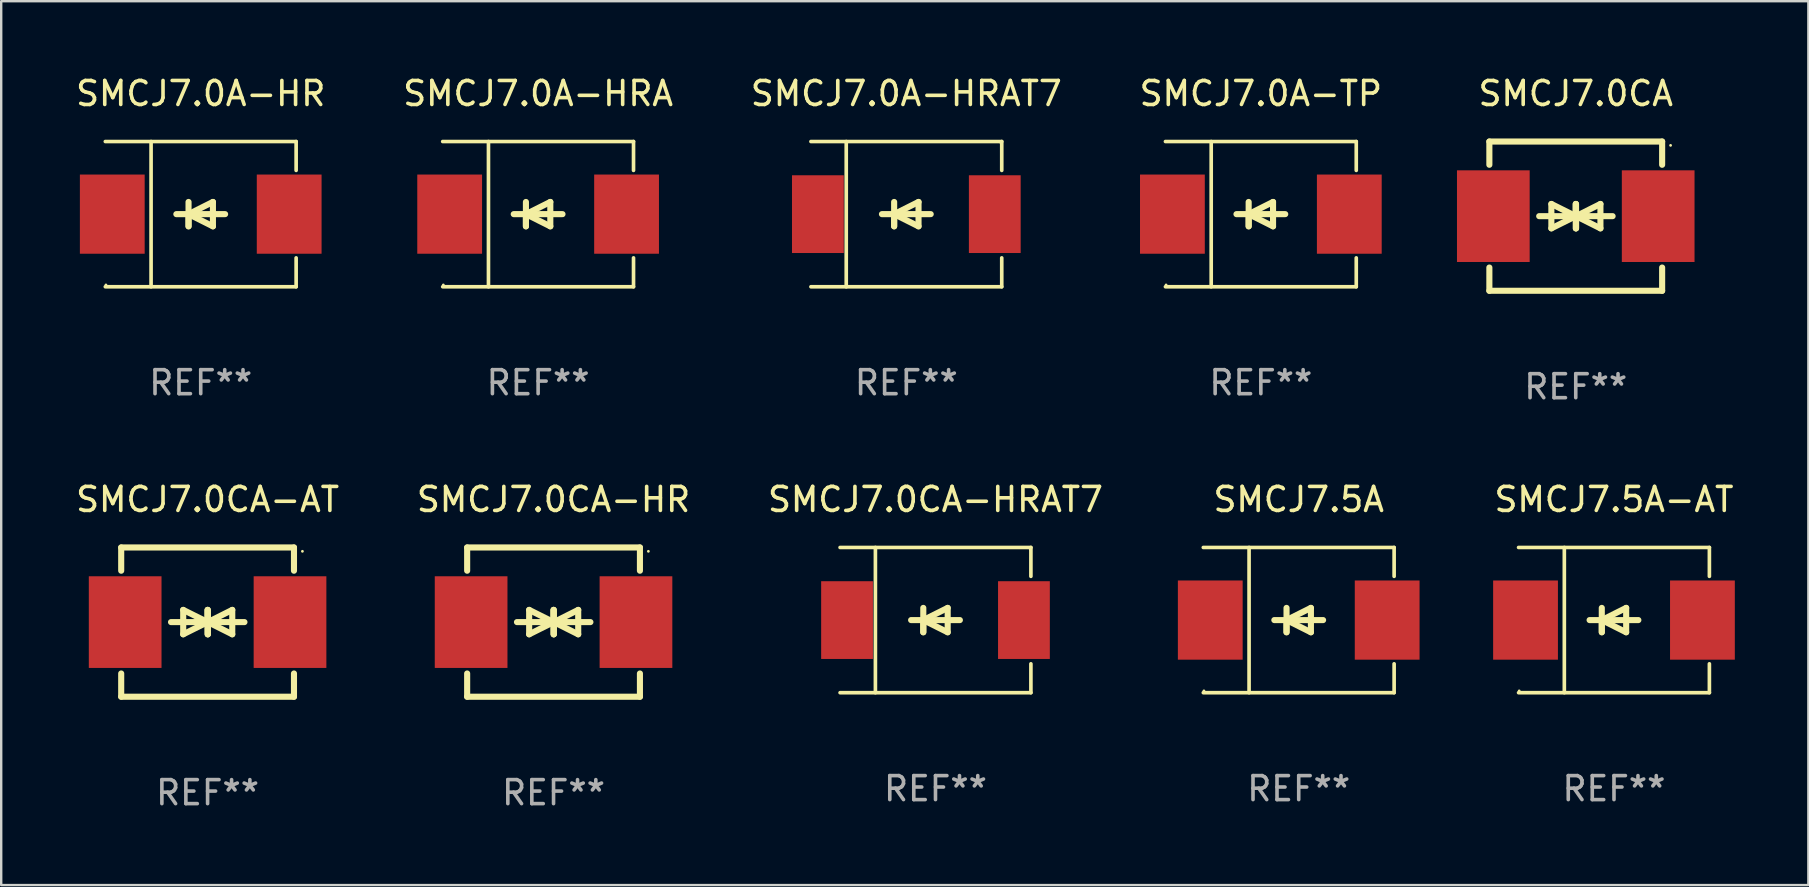
<source format=kicad_pcb>
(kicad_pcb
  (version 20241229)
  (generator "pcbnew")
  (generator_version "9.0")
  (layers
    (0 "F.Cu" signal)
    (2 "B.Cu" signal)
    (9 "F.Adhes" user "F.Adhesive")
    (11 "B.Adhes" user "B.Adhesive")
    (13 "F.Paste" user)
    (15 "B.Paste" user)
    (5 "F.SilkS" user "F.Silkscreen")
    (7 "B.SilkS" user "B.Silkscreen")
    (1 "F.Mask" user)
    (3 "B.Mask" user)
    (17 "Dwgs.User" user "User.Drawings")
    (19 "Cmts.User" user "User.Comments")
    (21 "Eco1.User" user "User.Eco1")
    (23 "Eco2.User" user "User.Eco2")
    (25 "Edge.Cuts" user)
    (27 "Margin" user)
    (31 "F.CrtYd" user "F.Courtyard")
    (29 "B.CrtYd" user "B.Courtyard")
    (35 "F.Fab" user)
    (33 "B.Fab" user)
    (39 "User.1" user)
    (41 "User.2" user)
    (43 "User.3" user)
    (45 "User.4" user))
  (footprint "SMCJ7.0CA-HRAT7"
    (layer "F.Cu")
    (at 35.935 22.791)
    (property "Reference" "SMCJ7.0CA-HRAT7" (at 0 -5.026 0) (layer "F.SilkS") (effects (font (size 1 1) (thickness 0.15))))
    (attr through_hole)
    (fp_line (start -3.976 -3.026) (end 3.976 -3.026) (stroke (width 0.152) (type solid)) (layer "F.SilkS"))
    (fp_line (start -3.976 3.026) (end 3.976 3.026) (stroke (width 0.152) (type solid)) (layer "F.SilkS"))
    (fp_line (start -2.504 -3.026) (end -2.504 3.026) (stroke (width 0.152) (type solid)) (layer "F.SilkS"))
    (fp_line (start -0.508 0) (end -0.508 0.508) (stroke (width 0.254) (type solid)) (layer "F.SilkS"))
    (fp_line (start -0.508 0) (end 0.508 0.508) (stroke (width 0.254) (type solid)) (layer "F.SilkS"))
    (fp_line (start -0.508 0.508) (end -0.508 -0.508) (stroke (width 0.254) (type solid)) (layer "F.SilkS"))
    (fp_line (start 0.508 -0.508) (end -0.508 0) (stroke (width 0.254) (type solid)) (layer "F.SilkS"))
    (fp_line (start 0.508 0.508) (end 0.508 -0.508) (stroke (width 0.254) (type solid)) (layer "F.SilkS"))
    (fp_line (start 1.016 0) (end -1.016 0) (stroke (width 0.254) (type solid)) (layer "F.SilkS"))
    (fp_line (start 3.976 -3.026) (end 3.976 -1.823) (stroke (width 0.152) (type solid)) (layer "F.SilkS"))
    (fp_line (start 3.976 3.026) (end 3.976 1.823) (stroke (width 0.152) (type solid)) (layer "F.SilkS"))
    (fp_circle (center 3.95 -2.95) (end 3.98 -2.95) (stroke (width 0.06) (type solid)) (fill no) (layer "F.SilkS"))
    (fp_text user "REF**" (at 0 7.026 0) (layer "F.Fab") (effects (font (size 1 1) (thickness 0.15))))
    (pad "1" smd rect (at 3.686 0 180) (size 2.158 3.24) (layers "F.Cu" "F.Mask" "F.Paste"))
    (pad "2" smd rect (at -3.686 0 180) (size 2.158 3.24) (layers "F.Cu" "F.Mask" "F.Paste")))
  (footprint "SMCJ7.0A-TP"
    (layer "F.Cu")
    (at 49.494 5.874)
    (property "Reference" "SMCJ7.0A-TP" (at 0 -5.026 0) (layer "F.SilkS") (effects (font (size 1 1) (thickness 0.15))))
    (attr through_hole)
    (fp_line (start -3.976 -3.026) (end 3.976 -3.026) (stroke (width 0.152) (type solid)) (layer "F.SilkS"))
    (fp_line (start -3.976 3.026) (end 3.976 3.026) (stroke (width 0.152) (type solid)) (layer "F.SilkS"))
    (fp_line (start -2.069 -3.026) (end -2.069 3.026) (stroke (width 0.152) (type solid)) (layer "F.SilkS"))
    (fp_line (start -0.508 0) (end -0.508 0.508) (stroke (width 0.254) (type solid)) (layer "F.SilkS"))
    (fp_line (start -0.508 0) (end 0.508 0.508) (stroke (width 0.254) (type solid)) (layer "F.SilkS"))
    (fp_line (start -0.508 0.508) (end -0.508 -0.508) (stroke (width 0.254) (type solid)) (layer "F.SilkS"))
    (fp_line (start 0.508 -0.508) (end -0.508 0) (stroke (width 0.254) (type solid)) (layer "F.SilkS"))
    (fp_line (start 0.508 0.508) (end 0.508 -0.508) (stroke (width 0.254) (type solid)) (layer "F.SilkS"))
    (fp_line (start 1.016 0) (end -1.016 0) (stroke (width 0.254) (type solid)) (layer "F.SilkS"))
    (fp_line (start 3.976 -3.026) (end 3.976 -1.823) (stroke (width 0.152) (type solid)) (layer "F.SilkS"))
    (fp_line (start 3.976 3.026) (end 3.976 1.823) (stroke (width 0.152) (type solid)) (layer "F.SilkS"))
    (fp_circle (center -3.95 2.95) (end -3.92 2.95) (stroke (width 0.06) (type solid)) (fill no) (layer "F.SilkS"))
    (fp_text user "REF**" (at 0 7.026 0) (layer "F.Fab") (effects (font (size 1 1) (thickness 0.15))))
    (pad "1" smd rect (at -3.686 0) (size 2.7 3.3) (layers "F.Cu" "F.Mask" "F.Paste"))
    (pad "2" smd rect (at 3.686 0) (size 2.7 3.3) (layers "F.Cu" "F.Mask" "F.Paste")))
  (footprint "SMCJ7.5A"
    (layer "F.Cu")
    (at 51.072 22.791)
    (property "Reference" "SMCJ7.5A" (at 0 -5.026 0) (layer "F.SilkS") (effects (font (size 1 1) (thickness 0.15))))
    (attr through_hole)
    (fp_line (start -3.976 -3.026) (end 3.976 -3.026) (stroke (width 0.152) (type solid)) (layer "F.SilkS"))
    (fp_line (start -3.976 3.026) (end 3.976 3.026) (stroke (width 0.152) (type solid)) (layer "F.SilkS"))
    (fp_line (start -2.069 -3.026) (end -2.069 3.026) (stroke (width 0.152) (type solid)) (layer "F.SilkS"))
    (fp_line (start -0.508 0) (end -0.508 0.508) (stroke (width 0.254) (type solid)) (layer "F.SilkS"))
    (fp_line (start -0.508 0) (end 0.508 0.508) (stroke (width 0.254) (type solid)) (layer "F.SilkS"))
    (fp_line (start -0.508 0.508) (end -0.508 -0.508) (stroke (width 0.254) (type solid)) (layer "F.SilkS"))
    (fp_line (start 0.508 -0.508) (end -0.508 0) (stroke (width 0.254) (type solid)) (layer "F.SilkS"))
    (fp_line (start 0.508 0.508) (end 0.508 -0.508) (stroke (width 0.254) (type solid)) (layer "F.SilkS"))
    (fp_line (start 1.016 0) (end -1.016 0) (stroke (width 0.254) (type solid)) (layer "F.SilkS"))
    (fp_line (start 3.976 -3.026) (end 3.976 -1.823) (stroke (width 0.152) (type solid)) (layer "F.SilkS"))
    (fp_line (start 3.976 3.026) (end 3.976 1.823) (stroke (width 0.152) (type solid)) (layer "F.SilkS"))
    (fp_circle (center -3.95 2.95) (end -3.92 2.95) (stroke (width 0.06) (type solid)) (fill no) (layer "F.SilkS"))
    (fp_text user "REF**" (at 0 7.026 0) (layer "F.Fab") (effects (font (size 1 1) (thickness 0.15))))
    (pad "1" smd rect (at -3.686 0) (size 2.7 3.3) (layers "F.Cu" "F.Mask" "F.Paste"))
    (pad "2" smd rect (at 3.686 0) (size 2.7 3.3) (layers "F.Cu" "F.Mask" "F.Paste")))
  (footprint "SMCJ7.0CA-HR"
    (layer "F.Cu")
    (at 20.018 22.875)
    (property "Reference" "SMCJ7.0CA-HR" (at 0 -5.11 0) (layer "F.SilkS") (effects (font (size 1 1) (thickness 0.15))))
    (attr through_hole)
    (fp_line (start -3.6 -2.141) (end -3.6 -3.11) (stroke (width 0.254) (type solid)) (layer "F.SilkS"))
    (fp_line (start -3.6 3.11) (end -3.6 2.141) (stroke (width 0.254) (type solid)) (layer "F.SilkS"))
    (fp_line (start -1.524 0) (end 0.508 0) (stroke (width 0.254) (type solid)) (layer "F.SilkS"))
    (fp_line (start -1.016 -0.508) (end -1.016 0.508) (stroke (width 0.254) (type solid)) (layer "F.SilkS"))
    (fp_line (start -1.016 0.508) (end 0 0) (stroke (width 0.254) (type solid)) (layer "F.SilkS"))
    (fp_line (start 0 -0.508) (end 0 0.508) (stroke (width 0.254) (type solid)) (layer "F.SilkS"))
    (fp_line (start 0 0) (end -1.016 -0.508) (stroke (width 0.254) (type solid)) (layer "F.SilkS"))
    (fp_line (start 0 0) (end 0 -0.508) (stroke (width 0.254) (type solid)) (layer "F.SilkS"))
    (fp_line (start 0.012 0) (end 0.012 0.508) (stroke (width 0.254) (type solid)) (layer "F.SilkS"))
    (fp_line (start 0.012 0) (end 1.028 0.508) (stroke (width 0.254) (type solid)) (layer "F.SilkS"))
    (fp_line (start 0.012 0.508) (end 0.012 -0.508) (stroke (width 0.254) (type solid)) (layer "F.SilkS"))
    (fp_line (start 1.028 -0.508) (end 0.012 0) (stroke (width 0.254) (type solid)) (layer "F.SilkS"))
    (fp_line (start 1.028 0.508) (end 1.028 -0.508) (stroke (width 0.254) (type solid)) (layer "F.SilkS"))
    (fp_line (start 1.536 0) (end -0.496 0) (stroke (width 0.254) (type solid)) (layer "F.SilkS"))
    (fp_line (start 3.6 -3.11) (end -3.6 -3.11) (stroke (width 0.254) (type solid)) (layer "F.SilkS"))
    (fp_line (start 3.6 -2.141) (end 3.6 -3.11) (stroke (width 0.254) (type solid)) (layer "F.SilkS"))
    (fp_line (start 3.6 3.11) (end -3.6 3.11) (stroke (width 0.254) (type solid)) (layer "F.SilkS"))
    (fp_line (start 3.6 3.11) (end 3.6 2.141) (stroke (width 0.254) (type solid)) (layer "F.SilkS"))
    (fp_circle (center 3.952 -2.95) (end 3.982 -2.95) (stroke (width 0.06) (type solid)) (fill no) (layer "F.SilkS"))
    (fp_text user "REF**" (at 0 7.11 0) (layer "F.Fab") (effects (font (size 1 1) (thickness 0.15))))
    (pad "1" smd rect (at 3.435 0) (size 3.03 3.82) (layers "F.Cu" "F.Mask" "F.Paste"))
    (pad "2" smd rect (at -3.435 0) (size 3.03 3.82) (layers "F.Cu" "F.Mask" "F.Paste")))
  (footprint "SMCJ7.0A-HRA"
    (layer "F.Cu")
    (at 19.375 5.874)
    (property "Reference" "SMCJ7.0A-HRA" (at 0 -5.026 0) (layer "F.SilkS") (effects (font (size 1 1) (thickness 0.15))))
    (attr through_hole)
    (fp_line (start -3.976 -3.026) (end 3.976 -3.026) (stroke (width 0.152) (type solid)) (layer "F.SilkS"))
    (fp_line (start -3.976 3.026) (end 3.976 3.026) (stroke (width 0.152) (type solid)) (layer "F.SilkS"))
    (fp_line (start -2.069 -3.026) (end -2.069 3.026) (stroke (width 0.152) (type solid)) (layer "F.SilkS"))
    (fp_line (start -0.508 0) (end -0.508 0.508) (stroke (width 0.254) (type solid)) (layer "F.SilkS"))
    (fp_line (start -0.508 0) (end 0.508 0.508) (stroke (width 0.254) (type solid)) (layer "F.SilkS"))
    (fp_line (start -0.508 0.508) (end -0.508 -0.508) (stroke (width 0.254) (type solid)) (layer "F.SilkS"))
    (fp_line (start 0.508 -0.508) (end -0.508 0) (stroke (width 0.254) (type solid)) (layer "F.SilkS"))
    (fp_line (start 0.508 0.508) (end 0.508 -0.508) (stroke (width 0.254) (type solid)) (layer "F.SilkS"))
    (fp_line (start 1.016 0) (end -1.016 0) (stroke (width 0.254) (type solid)) (layer "F.SilkS"))
    (fp_line (start 3.976 -3.026) (end 3.976 -1.823) (stroke (width 0.152) (type solid)) (layer "F.SilkS"))
    (fp_line (start 3.976 3.026) (end 3.976 1.823) (stroke (width 0.152) (type solid)) (layer "F.SilkS"))
    (fp_circle (center -3.95 2.95) (end -3.92 2.95) (stroke (width 0.06) (type solid)) (fill no) (layer "F.SilkS"))
    (fp_text user "REF**" (at 0 7.026 0) (layer "F.Fab") (effects (font (size 1 1) (thickness 0.15))))
    (pad "1" smd rect (at -3.686 0) (size 2.7 3.3) (layers "F.Cu" "F.Mask" "F.Paste"))
    (pad "2" smd rect (at 3.686 0) (size 2.7 3.3) (layers "F.Cu" "F.Mask" "F.Paste")))
  (footprint "SMCJ7.5A-AT"
    (layer "F.Cu")
    (at 64.21 22.791)
    (property "Reference" "SMCJ7.5A-AT" (at 0 -5.026 0) (layer "F.SilkS") (effects (font (size 1 1) (thickness 0.15))))
    (attr through_hole)
    (fp_line (start -3.976 -3.026) (end 3.976 -3.026) (stroke (width 0.152) (type solid)) (layer "F.SilkS"))
    (fp_line (start -3.976 3.026) (end 3.976 3.026) (stroke (width 0.152) (type solid)) (layer "F.SilkS"))
    (fp_line (start -2.069 -3.026) (end -2.069 3.026) (stroke (width 0.152) (type solid)) (layer "F.SilkS"))
    (fp_line (start -0.508 0) (end -0.508 0.508) (stroke (width 0.254) (type solid)) (layer "F.SilkS"))
    (fp_line (start -0.508 0) (end 0.508 0.508) (stroke (width 0.254) (type solid)) (layer "F.SilkS"))
    (fp_line (start -0.508 0.508) (end -0.508 -0.508) (stroke (width 0.254) (type solid)) (layer "F.SilkS"))
    (fp_line (start 0.508 -0.508) (end -0.508 0) (stroke (width 0.254) (type solid)) (layer "F.SilkS"))
    (fp_line (start 0.508 0.508) (end 0.508 -0.508) (stroke (width 0.254) (type solid)) (layer "F.SilkS"))
    (fp_line (start 1.016 0) (end -1.016 0) (stroke (width 0.254) (type solid)) (layer "F.SilkS"))
    (fp_line (start 3.976 -3.026) (end 3.976 -1.823) (stroke (width 0.152) (type solid)) (layer "F.SilkS"))
    (fp_line (start 3.976 3.026) (end 3.976 1.823) (stroke (width 0.152) (type solid)) (layer "F.SilkS"))
    (fp_circle (center -3.95 2.95) (end -3.92 2.95) (stroke (width 0.06) (type solid)) (fill no) (layer "F.SilkS"))
    (fp_text user "REF**" (at 0 7.026 0) (layer "F.Fab") (effects (font (size 1 1) (thickness 0.15))))
    (pad "1" smd rect (at -3.686 0) (size 2.7 3.3) (layers "F.Cu" "F.Mask" "F.Paste"))
    (pad "2" smd rect (at 3.686 0) (size 2.7 3.3) (layers "F.Cu" "F.Mask" "F.Paste")))
  (footprint "SMCJ7.0CA-AT"
    (layer "F.Cu")
    (at 5.601 22.875)
    (property "Reference" "SMCJ7.0CA-AT" (at 0 -5.11 0) (layer "F.SilkS") (effects (font (size 1 1) (thickness 0.15))))
    (attr through_hole)
    (fp_line (start -3.6 -2.141) (end -3.6 -3.11) (stroke (width 0.254) (type solid)) (layer "F.SilkS"))
    (fp_line (start -3.6 3.11) (end -3.6 2.141) (stroke (width 0.254) (type solid)) (layer "F.SilkS"))
    (fp_line (start -1.524 0) (end 0.508 0) (stroke (width 0.254) (type solid)) (layer "F.SilkS"))
    (fp_line (start -1.016 -0.508) (end -1.016 0.508) (stroke (width 0.254) (type solid)) (layer "F.SilkS"))
    (fp_line (start -1.016 0.508) (end 0 0) (stroke (width 0.254) (type solid)) (layer "F.SilkS"))
    (fp_line (start 0 -0.508) (end 0 0.508) (stroke (width 0.254) (type solid)) (layer "F.SilkS"))
    (fp_line (start 0 0) (end -1.016 -0.508) (stroke (width 0.254) (type solid)) (layer "F.SilkS"))
    (fp_line (start 0 0) (end 0 -0.508) (stroke (width 0.254) (type solid)) (layer "F.SilkS"))
    (fp_line (start 0.012 0) (end 0.012 0.508) (stroke (width 0.254) (type solid)) (layer "F.SilkS"))
    (fp_line (start 0.012 0) (end 1.028 0.508) (stroke (width 0.254) (type solid)) (layer "F.SilkS"))
    (fp_line (start 0.012 0.508) (end 0.012 -0.508) (stroke (width 0.254) (type solid)) (layer "F.SilkS"))
    (fp_line (start 1.028 -0.508) (end 0.012 0) (stroke (width 0.254) (type solid)) (layer "F.SilkS"))
    (fp_line (start 1.028 0.508) (end 1.028 -0.508) (stroke (width 0.254) (type solid)) (layer "F.SilkS"))
    (fp_line (start 1.536 0) (end -0.496 0) (stroke (width 0.254) (type solid)) (layer "F.SilkS"))
    (fp_line (start 3.6 -3.11) (end -3.6 -3.11) (stroke (width 0.254) (type solid)) (layer "F.SilkS"))
    (fp_line (start 3.6 -2.141) (end 3.6 -3.11) (stroke (width 0.254) (type solid)) (layer "F.SilkS"))
    (fp_line (start 3.6 3.11) (end -3.6 3.11) (stroke (width 0.254) (type solid)) (layer "F.SilkS"))
    (fp_line (start 3.6 3.11) (end 3.6 2.141) (stroke (width 0.254) (type solid)) (layer "F.SilkS"))
    (fp_circle (center 3.952 -2.95) (end 3.982 -2.95) (stroke (width 0.06) (type solid)) (fill no) (layer "F.SilkS"))
    (fp_text user "REF**" (at 0 7.11 0) (layer "F.Fab") (effects (font (size 1 1) (thickness 0.15))))
    (pad "1" smd rect (at 3.435 0) (size 3.03 3.82) (layers "F.Cu" "F.Mask" "F.Paste"))
    (pad "2" smd rect (at -3.435 0) (size 3.03 3.82) (layers "F.Cu" "F.Mask" "F.Paste")))
  (footprint "SMCJ7.0CA"
    (layer "F.Cu")
    (at 62.617 5.958)
    (property "Reference" "SMCJ7.0CA" (at 0 -5.11 0) (layer "F.SilkS") (effects (font (size 1 1) (thickness 0.15))))
    (attr through_hole)
    (fp_line (start -3.6 -2.141) (end -3.6 -3.11) (stroke (width 0.254) (type solid)) (layer "F.SilkS"))
    (fp_line (start -3.6 3.11) (end -3.6 2.141) (stroke (width 0.254) (type solid)) (layer "F.SilkS"))
    (fp_line (start -1.524 0) (end 0.508 0) (stroke (width 0.254) (type solid)) (layer "F.SilkS"))
    (fp_line (start -1.016 -0.508) (end -1.016 0.508) (stroke (width 0.254) (type solid)) (layer "F.SilkS"))
    (fp_line (start -1.016 0.508) (end 0 0) (stroke (width 0.254) (type solid)) (layer "F.SilkS"))
    (fp_line (start 0 -0.508) (end 0 0.508) (stroke (width 0.254) (type solid)) (layer "F.SilkS"))
    (fp_line (start 0 0) (end -1.016 -0.508) (stroke (width 0.254) (type solid)) (layer "F.SilkS"))
    (fp_line (start 0 0) (end 0 -0.508) (stroke (width 0.254) (type solid)) (layer "F.SilkS"))
    (fp_line (start 0.012 0) (end 0.012 0.508) (stroke (width 0.254) (type solid)) (layer "F.SilkS"))
    (fp_line (start 0.012 0) (end 1.028 0.508) (stroke (width 0.254) (type solid)) (layer "F.SilkS"))
    (fp_line (start 0.012 0.508) (end 0.012 -0.508) (stroke (width 0.254) (type solid)) (layer "F.SilkS"))
    (fp_line (start 1.028 -0.508) (end 0.012 0) (stroke (width 0.254) (type solid)) (layer "F.SilkS"))
    (fp_line (start 1.028 0.508) (end 1.028 -0.508) (stroke (width 0.254) (type solid)) (layer "F.SilkS"))
    (fp_line (start 1.536 0) (end -0.496 0) (stroke (width 0.254) (type solid)) (layer "F.SilkS"))
    (fp_line (start 3.6 -3.11) (end -3.6 -3.11) (stroke (width 0.254) (type solid)) (layer "F.SilkS"))
    (fp_line (start 3.6 -2.141) (end 3.6 -3.11) (stroke (width 0.254) (type solid)) (layer "F.SilkS"))
    (fp_line (start 3.6 3.11) (end -3.6 3.11) (stroke (width 0.254) (type solid)) (layer "F.SilkS"))
    (fp_line (start 3.6 3.11) (end 3.6 2.141) (stroke (width 0.254) (type solid)) (layer "F.SilkS"))
    (fp_circle (center 3.952 -2.95) (end 3.982 -2.95) (stroke (width 0.06) (type solid)) (fill no) (layer "F.SilkS"))
    (fp_text user "REF**" (at 0 7.11 0) (layer "F.Fab") (effects (font (size 1 1) (thickness 0.15))))
    (pad "1" smd rect (at 3.435 0) (size 3.03 3.82) (layers "F.Cu" "F.Mask" "F.Paste"))
    (pad "2" smd rect (at -3.435 0) (size 3.03 3.82) (layers "F.Cu" "F.Mask" "F.Paste")))
  (footprint "SMCJ7.0A-HR"
    (layer "F.Cu")
    (at 5.315 5.874)
    (property "Reference" "SMCJ7.0A-HR" (at 0 -5.026 0) (layer "F.SilkS") (effects (font (size 1 1) (thickness 0.15))))
    (attr through_hole)
    (fp_line (start -3.976 -3.026) (end 3.976 -3.026) (stroke (width 0.152) (type solid)) (layer "F.SilkS"))
    (fp_line (start -3.976 3.026) (end 3.976 3.026) (stroke (width 0.152) (type solid)) (layer "F.SilkS"))
    (fp_line (start -2.069 -3.026) (end -2.069 3.026) (stroke (width 0.152) (type solid)) (layer "F.SilkS"))
    (fp_line (start -0.508 0) (end -0.508 0.508) (stroke (width 0.254) (type solid)) (layer "F.SilkS"))
    (fp_line (start -0.508 0) (end 0.508 0.508) (stroke (width 0.254) (type solid)) (layer "F.SilkS"))
    (fp_line (start -0.508 0.508) (end -0.508 -0.508) (stroke (width 0.254) (type solid)) (layer "F.SilkS"))
    (fp_line (start 0.508 -0.508) (end -0.508 0) (stroke (width 0.254) (type solid)) (layer "F.SilkS"))
    (fp_line (start 0.508 0.508) (end 0.508 -0.508) (stroke (width 0.254) (type solid)) (layer "F.SilkS"))
    (fp_line (start 1.016 0) (end -1.016 0) (stroke (width 0.254) (type solid)) (layer "F.SilkS"))
    (fp_line (start 3.976 -3.026) (end 3.976 -1.823) (stroke (width 0.152) (type solid)) (layer "F.SilkS"))
    (fp_line (start 3.976 3.026) (end 3.976 1.823) (stroke (width 0.152) (type solid)) (layer "F.SilkS"))
    (fp_circle (center -3.95 2.95) (end -3.92 2.95) (stroke (width 0.06) (type solid)) (fill no) (layer "F.SilkS"))
    (fp_text user "REF**" (at 0 7.026 0) (layer "F.Fab") (effects (font (size 1 1) (thickness 0.15))))
    (pad "1" smd rect (at -3.686 0) (size 2.7 3.3) (layers "F.Cu" "F.Mask" "F.Paste"))
    (pad "2" smd rect (at 3.686 0) (size 2.7 3.3) (layers "F.Cu" "F.Mask" "F.Paste")))
  (footprint "SMCJ7.0A-HRAT7"
    (layer "F.Cu")
    (at 34.72 5.874)
    (property "Reference" "SMCJ7.0A-HRAT7" (at 0 -5.026 0) (layer "F.SilkS") (effects (font (size 1 1) (thickness 0.15))))
    (attr through_hole)
    (fp_line (start -3.976 -3.026) (end 3.976 -3.026) (stroke (width 0.152) (type solid)) (layer "F.SilkS"))
    (fp_line (start -3.976 3.026) (end 3.976 3.026) (stroke (width 0.152) (type solid)) (layer "F.SilkS"))
    (fp_line (start -2.504 -3.026) (end -2.504 3.026) (stroke (width 0.152) (type solid)) (layer "F.SilkS"))
    (fp_line (start -0.508 0) (end -0.508 0.508) (stroke (width 0.254) (type solid)) (layer "F.SilkS"))
    (fp_line (start -0.508 0) (end 0.508 0.508) (stroke (width 0.254) (type solid)) (layer "F.SilkS"))
    (fp_line (start -0.508 0.508) (end -0.508 -0.508) (stroke (width 0.254) (type solid)) (layer "F.SilkS"))
    (fp_line (start 0.508 -0.508) (end -0.508 0) (stroke (width 0.254) (type solid)) (layer "F.SilkS"))
    (fp_line (start 0.508 0.508) (end 0.508 -0.508) (stroke (width 0.254) (type solid)) (layer "F.SilkS"))
    (fp_line (start 1.016 0) (end -1.016 0) (stroke (width 0.254) (type solid)) (layer "F.SilkS"))
    (fp_line (start 3.976 -3.026) (end 3.976 -1.823) (stroke (width 0.152) (type solid)) (layer "F.SilkS"))
    (fp_line (start 3.976 3.026) (end 3.976 1.823) (stroke (width 0.152) (type solid)) (layer "F.SilkS"))
    (fp_circle (center 3.95 -2.95) (end 3.98 -2.95) (stroke (width 0.06) (type solid)) (fill no) (layer "F.SilkS"))
    (fp_text user "REF**" (at 0 7.026 0) (layer "F.Fab") (effects (font (size 1 1) (thickness 0.15))))
    (pad "1" smd rect (at 3.686 0 180) (size 2.158 3.24) (layers "F.Cu" "F.Mask" "F.Paste"))
    (pad "2" smd rect (at -3.686 0 180) (size 2.158 3.24) (layers "F.Cu" "F.Mask" "F.Paste")))
  (gr_rect
    (start -3 -3)
    (end 72.311 33.833)
    (stroke (width 0.1) (type default))
    (fill no)
    (layer "Edge.Cuts")))
</source>
